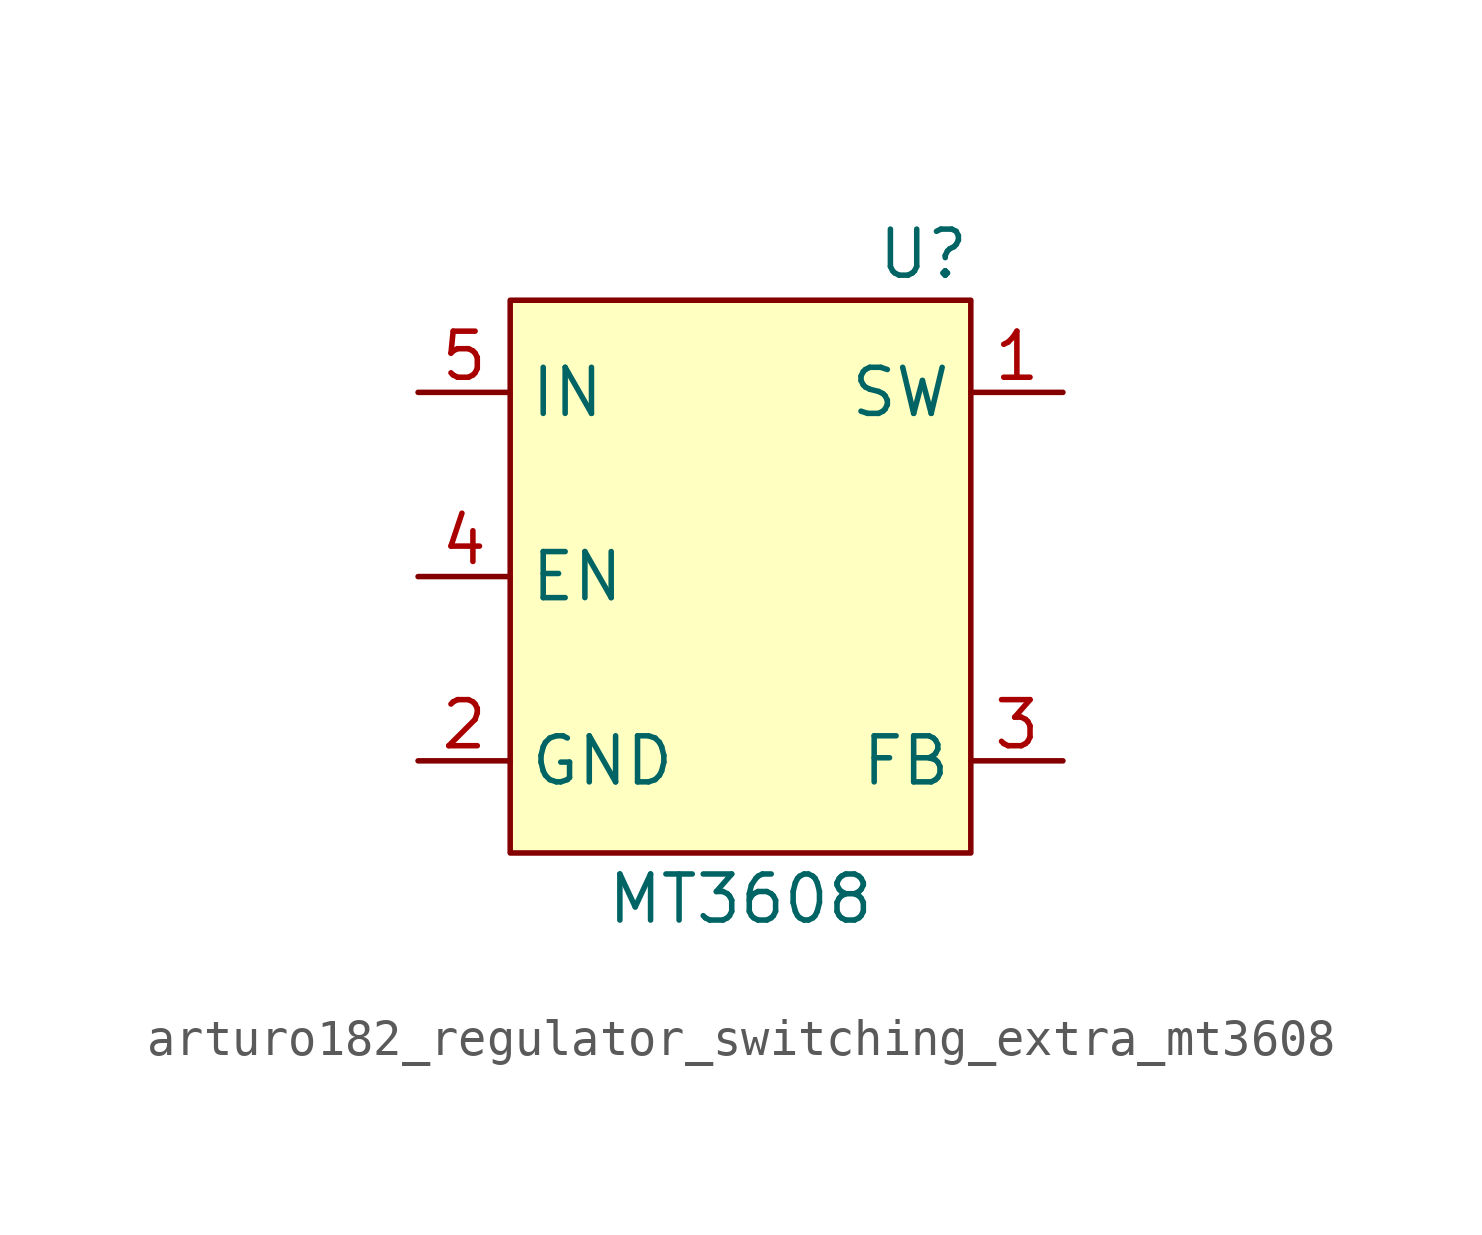
<source format=kicad_sym>
(kicad_symbol_lib
  (version 20220914)
  (generator kicad_symbol_editor)
  (symbol "arturo182_regulator_switching_extra_mt3608"
    (property "Reference" "U"
      (at 6.35 8.89 0)
      (effects (font (size 1.27 1.27)) (justify right)))
    (property "Value" "MT3608"
      (at 0 -8.89 0)
      (effects (font (size 1.27 1.27))))
    (symbol "arturo182_regulator_switching_extra_mt3608_0_1"
      (rectangle (start -6.35 7.62) (end 6.35 -7.62) (stroke (width 0) (type default)) (fill (type background))))
    (symbol "arturo182_regulator_switching_extra_mt3608_1_1"
      (pin power_out line (at 8.89 5.08 180) (length 2.54) (name "SW" (effects (font (size 1.27 1.27)))) (number "1" (effects (font (size 1.27 1.27)))))
      (pin power_in line (at -8.89 -5.08 0) (length 2.54) (name "GND" (effects (font (size 1.27 1.27)))) (number "2" (effects (font (size 1.27 1.27)))))
      (pin input line (at 8.89 -5.08 180) (length 2.54) (name "FB" (effects (font (size 1.27 1.27)))) (number "3" (effects (font (size 1.27 1.27)))))
      (pin input line (at -8.89 0 0) (length 2.54) (name "EN" (effects (font (size 1.27 1.27)))) (number "4" (effects (font (size 1.27 1.27)))))
      (pin power_in line (at -8.89 5.08 0) (length 2.54) (name "IN" (effects (font (size 1.27 1.27)))) (number "5" (effects (font (size 1.27 1.27))))))))
</source>
